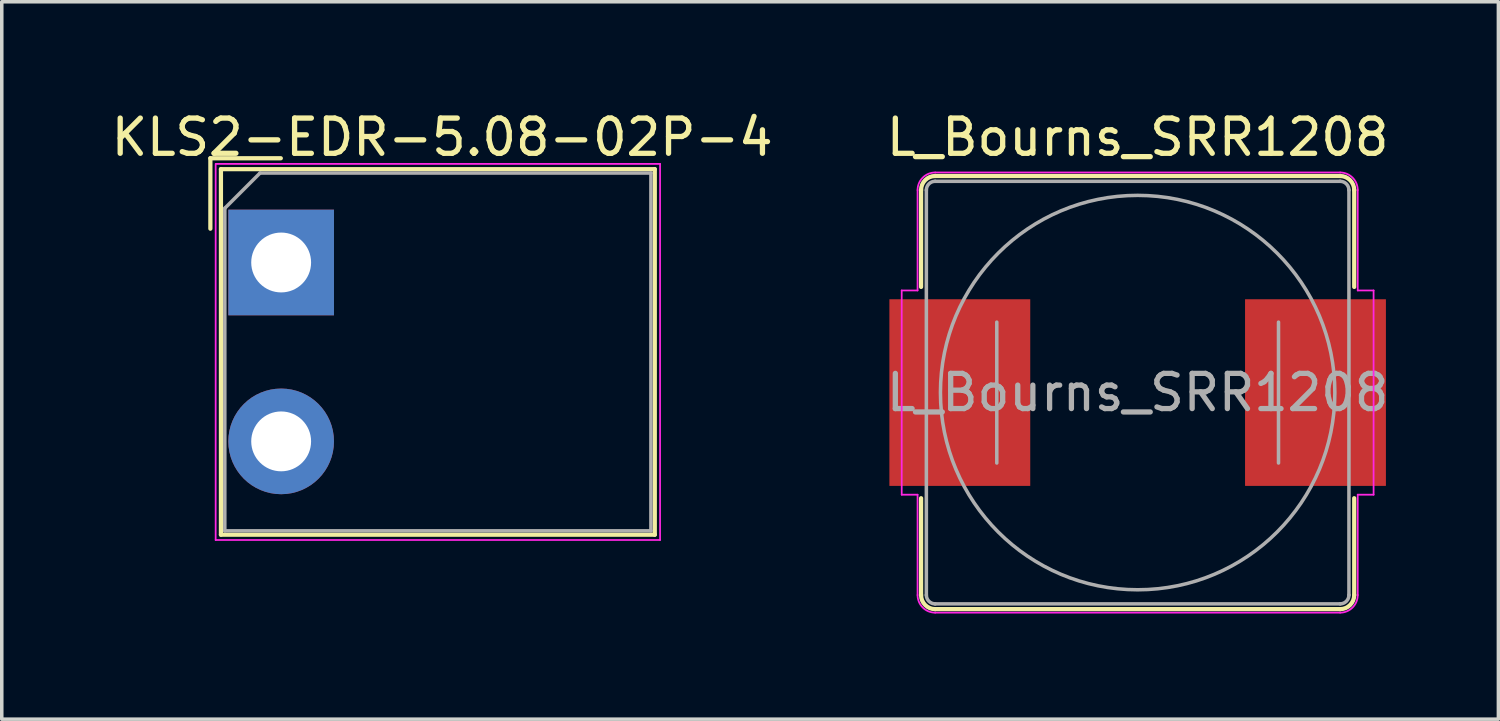
<source format=kicad_pcb>
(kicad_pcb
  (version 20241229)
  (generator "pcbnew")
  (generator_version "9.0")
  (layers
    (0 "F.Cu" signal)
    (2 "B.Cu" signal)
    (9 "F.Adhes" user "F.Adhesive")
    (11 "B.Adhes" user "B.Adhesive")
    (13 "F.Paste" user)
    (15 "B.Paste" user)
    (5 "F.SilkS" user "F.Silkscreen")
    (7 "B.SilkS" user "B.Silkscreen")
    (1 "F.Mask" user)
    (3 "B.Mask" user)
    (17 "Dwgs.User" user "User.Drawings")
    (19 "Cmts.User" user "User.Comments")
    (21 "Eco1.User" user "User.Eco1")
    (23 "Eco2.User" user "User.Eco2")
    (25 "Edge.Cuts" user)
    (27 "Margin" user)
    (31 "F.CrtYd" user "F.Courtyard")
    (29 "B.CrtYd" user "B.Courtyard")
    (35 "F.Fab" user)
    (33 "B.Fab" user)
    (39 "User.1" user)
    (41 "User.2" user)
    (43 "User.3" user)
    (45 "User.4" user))
  (footprint "L_Bourns_SRR1208"
    (layer "F.Cu")
    (at 29.256 8.098)
    (property "Reference" "L_Bourns_SRR1208" (at 0 -7.25 0) (layer "F.SilkS") (effects (font (size 1 1) (thickness 0.15))))
    (attr smd)
    (fp_line (start -6.15 -5.75) (end -6.15 -3) (stroke (width 0.12) (type solid)) (layer "F.SilkS"))
    (fp_line (start -6.15 3) (end -6.15 5.75) (stroke (width 0.12) (type solid)) (layer "F.SilkS"))
    (fp_line (start -5.75 -6.15) (end 5.75 -6.15) (stroke (width 0.12) (type solid)) (layer "F.SilkS"))
    (fp_line (start 5.75 6.15) (end -5.75 6.15) (stroke (width 0.12) (type solid)) (layer "F.SilkS"))
    (fp_line (start 6.15 -5.75) (end 6.15 -3) (stroke (width 0.12) (type solid)) (layer "F.SilkS"))
    (fp_line (start 6.15 3) (end 6.15 5.75) (stroke (width 0.12) (type solid)) (layer "F.SilkS"))
    (fp_arc (start -6.15 -5.75) (mid -6.032843 -6.032843) (end -5.75 -6.15) (stroke (width 0.12) (type solid)) (layer "F.SilkS"))
    (fp_arc (start -5.75 6.15) (mid -6.032843 6.032843) (end -6.15 5.75) (stroke (width 0.12) (type solid)) (layer "F.SilkS"))
    (fp_arc (start 5.75 -6.15) (mid 6.032843 -6.032843) (end 6.15 -5.75) (stroke (width 0.12) (type solid)) (layer "F.SilkS"))
    (fp_arc (start 6.15 5.75) (mid 6.032843 6.032843) (end 5.75 6.15) (stroke (width 0.12) (type solid)) (layer "F.SilkS"))
    (fp_line (start -6.7 -2.9) (end -6.7 2.9) (stroke (width 0.05) (type solid)) (layer "F.CrtYd"))
    (fp_line (start -6.7 -2.9) (end -6.25 -2.9) (stroke (width 0.05) (type solid)) (layer "F.CrtYd"))
    (fp_line (start -6.25 -5.75) (end -6.25 -2.9) (stroke (width 0.05) (type solid)) (layer "F.CrtYd"))
    (fp_line (start -6.25 2.9) (end -6.7 2.9) (stroke (width 0.05) (type solid)) (layer "F.CrtYd"))
    (fp_line (start -6.25 5.75) (end -6.25 2.9) (stroke (width 0.05) (type solid)) (layer "F.CrtYd"))
    (fp_line (start -5.75 -6.25) (end 5.75 -6.25) (stroke (width 0.05) (type solid)) (layer "F.CrtYd"))
    (fp_line (start 5.75 6.25) (end -5.75 6.25) (stroke (width 0.05) (type solid)) (layer "F.CrtYd"))
    (fp_line (start 6.25 -5.75) (end 6.25 -2.9) (stroke (width 0.05) (type solid)) (layer "F.CrtYd"))
    (fp_line (start 6.25 2.9) (end 6.25 5.75) (stroke (width 0.05) (type solid)) (layer "F.CrtYd"))
    (fp_line (start 6.7 -2.9) (end 6.25 -2.9) (stroke (width 0.05) (type solid)) (layer "F.CrtYd"))
    (fp_line (start 6.7 -2.9) (end 6.7 2.9) (stroke (width 0.05) (type solid)) (layer "F.CrtYd"))
    (fp_line (start 6.7 2.9) (end 6.25 2.9) (stroke (width 0.05) (type solid)) (layer "F.CrtYd"))
    (fp_arc (start -6.25 -5.75) (mid -6.103553 -6.103553) (end -5.75 -6.25) (stroke (width 0.05) (type solid)) (layer "F.CrtYd"))
    (fp_arc (start -5.75 6.25) (mid -6.103553 6.103553) (end -6.25 5.75) (stroke (width 0.05) (type solid)) (layer "F.CrtYd"))
    (fp_arc (start 5.75 -6.25) (mid 6.103553 -6.103553) (end 6.25 -5.75) (stroke (width 0.05) (type solid)) (layer "F.CrtYd"))
    (fp_arc (start 6.25 5.75) (mid 6.103553 6.103553) (end 5.75 6.25) (stroke (width 0.05) (type solid)) (layer "F.CrtYd"))
    (fp_line (start -6 -5.75) (end -6 5.75) (stroke (width 0.1) (type solid)) (layer "F.Fab"))
    (fp_line (start -5.75 -6) (end 5.75 -6) (stroke (width 0.1) (type solid)) (layer "F.Fab"))
    (fp_line (start -4 2) (end -4 -2) (stroke (width 0.1) (type solid)) (layer "F.Fab"))
    (fp_line (start 4 -2) (end 4 2) (stroke (width 0.1) (type solid)) (layer "F.Fab"))
    (fp_line (start 5.75 6) (end -5.75 6) (stroke (width 0.1) (type solid)) (layer "F.Fab"))
    (fp_line (start 6 -5.75) (end 6 5.75) (stroke (width 0.1) (type solid)) (layer "F.Fab"))
    (fp_arc (start -6 -5.75) (mid -5.926777 -5.926777) (end -5.75 -6) (stroke (width 0.1) (type solid)) (layer "F.Fab"))
    (fp_arc (start -5.75 6) (mid -5.926777 5.926777) (end -6 5.75) (stroke (width 0.1) (type solid)) (layer "F.Fab"))
    (fp_arc (start 5.75 -6) (mid 5.926777 -5.926777) (end 6 -5.75) (stroke (width 0.1) (type solid)) (layer "F.Fab"))
    (fp_arc (start 6 5.75) (mid 5.926777 5.926777) (end 5.75 6) (stroke (width 0.1) (type solid)) (layer "F.Fab"))
    (fp_circle (center 0 0) (end 0 -5.6) (stroke (width 0.1) (type solid)) (fill no) (layer "F.Fab"))
    (fp_text user "${REFERENCE}" (at 0 0 0) (layer "F.Fab") (effects (font (size 1 1) (thickness 0.15))))
    (pad "1" smd rect (at -5.05 0) (size 4 5.3) (layers "F.Cu" "F.Mask" "F.Paste"))
    (pad "2" smd rect (at 5.05 0) (size 4 5.3) (layers "F.Cu" "F.Mask" "F.Paste")))
  (footprint "KLS2-EDR-5.08-02P-4"
    (layer "F.Cu")
    (at 4.934 4.404)
    (property "Reference" "KLS2-EDR-5.08-02P-4" (at 4.572 -3.556 0) (layer "F.SilkS") (effects (font (size 1 1) (thickness 0.15))))
    (attr through_hole)
    (fp_line (start -2.01 -2.96) (end -2.01 -0.96) (stroke (width 0.12) (type solid)) (layer "F.SilkS"))
    (fp_line (start -1.71 -2.65) (end 10.61 -2.65) (stroke (width 0.12) (type solid)) (layer "F.SilkS"))
    (fp_line (start -1.71 7.73) (end -1.71 -2.65) (stroke (width 0.12) (type solid)) (layer "F.SilkS"))
    (fp_line (start -0.01 -2.96) (end -2.01 -2.96) (stroke (width 0.12) (type solid)) (layer "F.SilkS"))
    (fp_line (start 10.61 -2.65) (end 10.61 7.73) (stroke (width 0.12) (type solid)) (layer "F.SilkS"))
    (fp_line (start 10.61 7.73) (end -1.71 7.73) (stroke (width 0.12) (type solid)) (layer "F.SilkS"))
    (fp_line (start -1.86 7.88) (end -1.86 -2.8) (stroke (width 0.05) (type solid)) (layer "F.CrtYd"))
    (fp_line (start -1.85 -2.8) (end 10.76 -2.8) (stroke (width 0.05) (type solid)) (layer "F.CrtYd"))
    (fp_line (start 10.76 -2.8) (end 10.76 7.88) (stroke (width 0.05) (type solid)) (layer "F.CrtYd"))
    (fp_line (start 10.76 7.88) (end -1.86 7.88) (stroke (width 0.05) (type solid)) (layer "F.CrtYd"))
    (fp_line (start -1.6 -1.54) (end -1.6 7.62) (stroke (width 0.1) (type solid)) (layer "F.Fab"))
    (fp_line (start -1.6 -1.54) (end -0.6 -2.54) (stroke (width 0.1) (type solid)) (layer "F.Fab"))
    (fp_line (start -1.6 7.62) (end 10.5 7.62) (stroke (width 0.1) (type solid)) (layer "F.Fab"))
    (fp_line (start -0.6 -2.54) (end 10.5 -2.54) (stroke (width 0.1) (type solid)) (layer "F.Fab"))
    (fp_line (start 10.5 -2.54) (end 10.5 7.62) (stroke (width 0.1) (type solid)) (layer "F.Fab"))
    (pad "1" thru_hole rect (at 0 0) (size 3 3) (drill 1.7) (layers "*.Cu" "*.Mask"))
    (pad "2" thru_hole circle (at 0 5.08) (size 3 3) (drill 1.7) (layers "*.Cu" "*.Mask")))
  (gr_rect
    (start -3 -3)
    (end 39.5 17.373)
    (stroke (width 0.1) (type default))
    (fill no)
    (layer "Edge.Cuts")))
</source>
